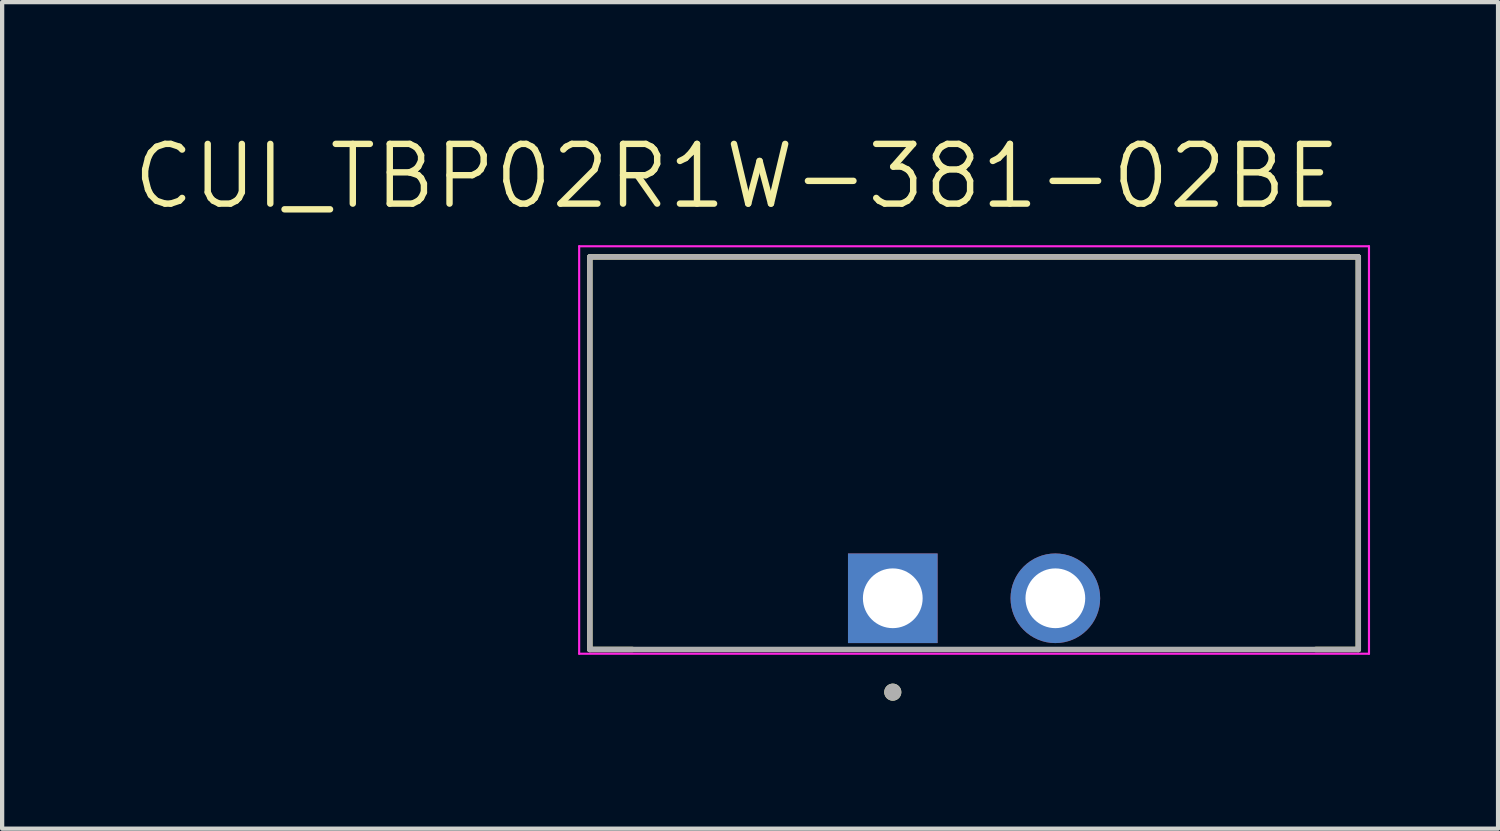
<source format=kicad_pcb>
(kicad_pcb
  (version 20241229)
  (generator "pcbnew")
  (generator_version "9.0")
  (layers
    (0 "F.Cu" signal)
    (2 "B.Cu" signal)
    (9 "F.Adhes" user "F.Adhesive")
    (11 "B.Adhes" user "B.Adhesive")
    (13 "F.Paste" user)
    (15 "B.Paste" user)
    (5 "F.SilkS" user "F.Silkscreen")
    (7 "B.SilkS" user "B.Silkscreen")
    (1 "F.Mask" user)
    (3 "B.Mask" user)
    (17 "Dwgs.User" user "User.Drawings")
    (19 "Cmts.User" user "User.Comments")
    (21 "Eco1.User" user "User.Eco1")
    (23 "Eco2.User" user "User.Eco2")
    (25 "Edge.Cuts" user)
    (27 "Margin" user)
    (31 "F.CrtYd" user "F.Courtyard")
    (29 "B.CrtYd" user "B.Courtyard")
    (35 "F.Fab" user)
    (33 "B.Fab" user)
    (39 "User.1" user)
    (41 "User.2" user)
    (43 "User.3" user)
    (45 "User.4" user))
  (footprint "CUI_TBP02R1W-381-02BE"
    (layer "F.Cu")
    (at 17.873 10.971)
    (property "Reference" "CUI_TBP02R1W-381-02BE" (at -3.655 -9.889 0) (layer "F.SilkS") (effects (font (size 1.4 1.4) (thickness 0.15))))
    (attr through_hole)
    (fp_line (start -7.1 -8) (end 10.91 -8) (stroke (width 0.127) (type solid)) (layer "F.SilkS"))
    (fp_line (start -7.1 1.2) (end -7.1 -8) (stroke (width 0.127) (type solid)) (layer "F.SilkS"))
    (fp_line (start -7.1 1.2) (end -6.1 1.2) (stroke (width 0.127) (type solid)) (layer "F.SilkS"))
    (fp_line (start 10.91 -8) (end 10.91 1.2) (stroke (width 0.127) (type solid)) (layer "F.SilkS"))
    (fp_line (start 10.91 1.2) (end 9.91 1.2) (stroke (width 0.127) (type solid)) (layer "F.SilkS"))
    (fp_circle (center 0 2.2) (end 0.1 2.2) (stroke (width 0.2) (type solid)) (fill no) (layer "F.SilkS"))
    (fp_line (start -7.35 -8.25) (end 11.16 -8.25) (stroke (width 0.05) (type solid)) (layer "F.CrtYd"))
    (fp_line (start -7.35 1.3) (end -7.35 -8.25) (stroke (width 0.05) (type solid)) (layer "F.CrtYd"))
    (fp_line (start 11.16 -8.25) (end 11.16 1.3) (stroke (width 0.05) (type solid)) (layer "F.CrtYd"))
    (fp_line (start 11.16 1.3) (end -7.35 1.3) (stroke (width 0.05) (type solid)) (layer "F.CrtYd"))
    (fp_line (start -7.1 -8) (end 10.91 -8) (stroke (width 0.127) (type solid)) (layer "F.Fab"))
    (fp_line (start -7.1 1.2) (end -7.1 -8) (stroke (width 0.127) (type solid)) (layer "F.Fab"))
    (fp_line (start 10.91 -8) (end 10.91 1.2) (stroke (width 0.127) (type solid)) (layer "F.Fab"))
    (fp_line (start 10.91 1.2) (end -7.1 1.2) (stroke (width 0.127) (type solid)) (layer "F.Fab"))
    (fp_circle (center 0 2.2) (end 0.1 2.2) (stroke (width 0.2) (type solid)) (fill no) (layer "F.Fab"))
    (pad "1" thru_hole rect (at 0 0) (size 2.1 2.1) (drill 1.4) (layers "*.Cu" "*.Mask"))
    (pad "2" thru_hole circle (at 3.81 0) (size 2.1 2.1) (drill 1.4) (layers "*.Cu" "*.Mask")))
  (gr_rect
    (start -3 -3)
    (end 32.058 16.371)
    (stroke (width 0.1) (type default))
    (fill no)
    (layer "Edge.Cuts")))
</source>
